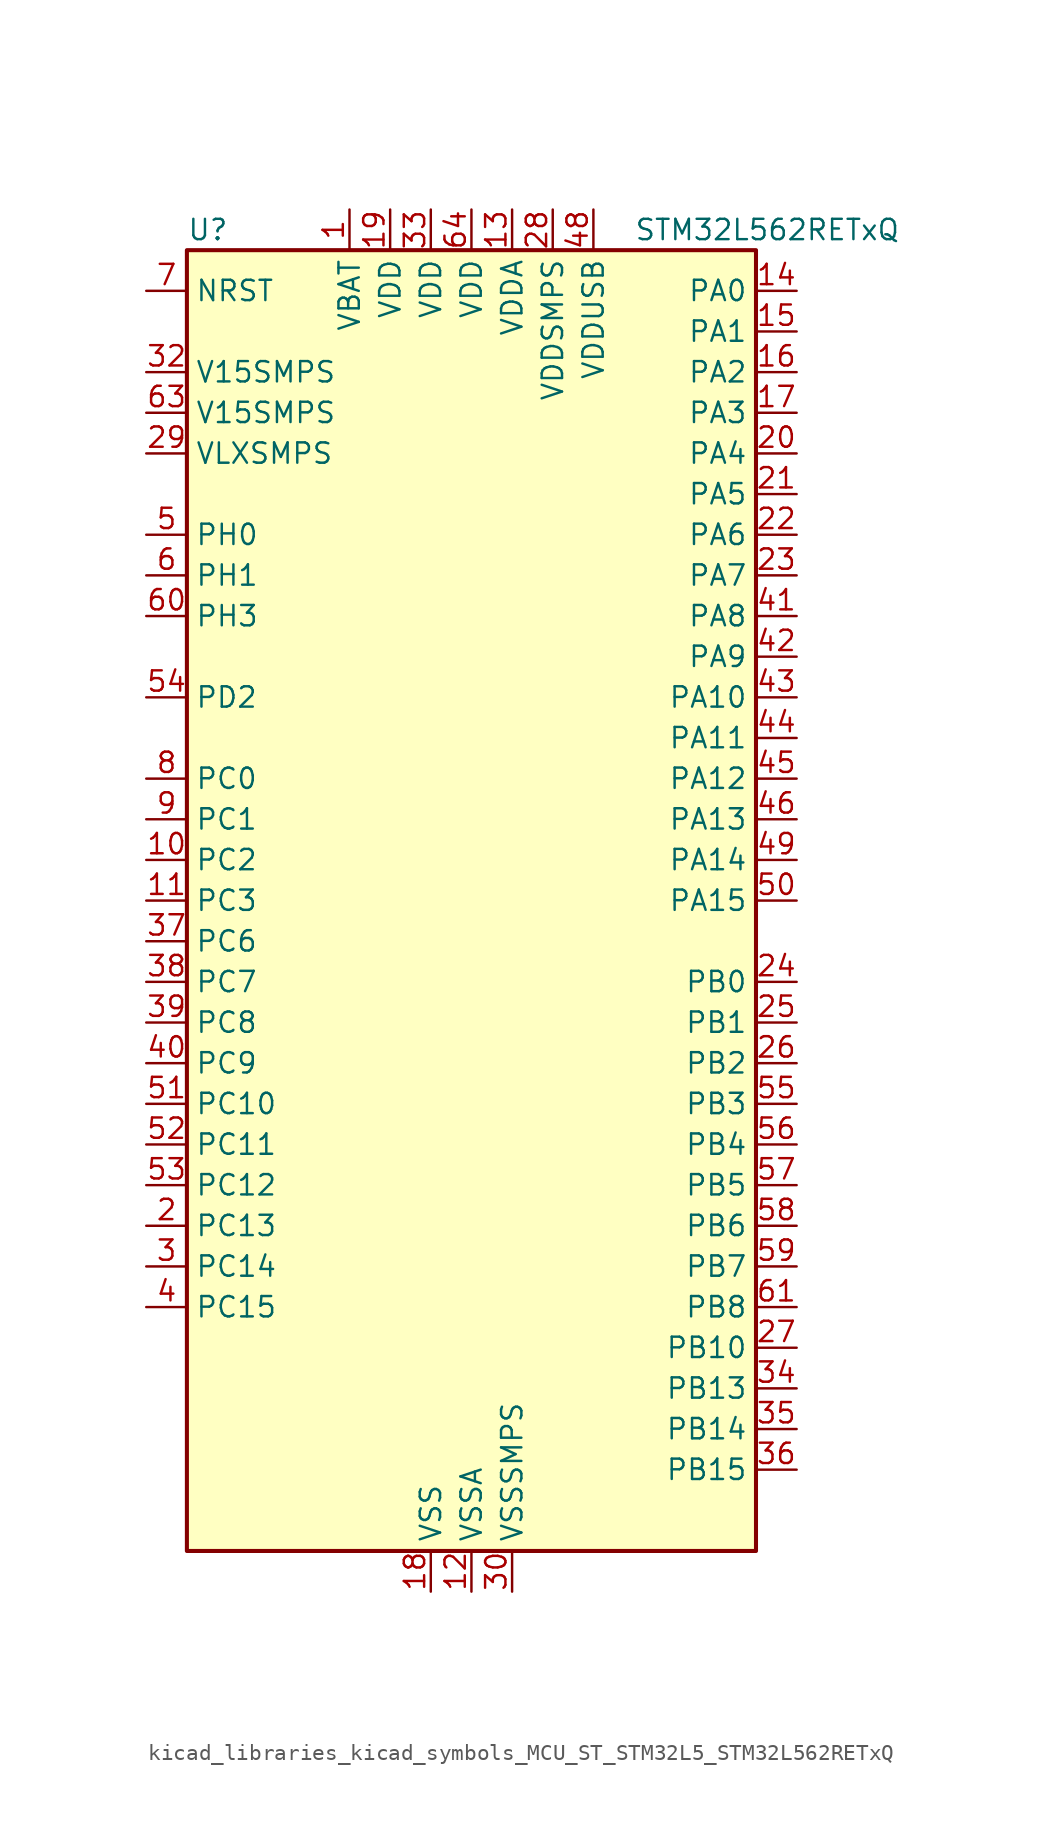
<source format=kicad_sym>
(kicad_symbol_lib
  (version 20220914)
  (generator kicad_symbol_editor)
  (symbol "kicad_libraries_kicad_symbols_MCU_ST_STM32L5_STM32L562RETxQ"
    (property "Reference" "U"
      (at -17.78 41.91 0)
      (effects (font (size 1.27 1.27)) (justify left)))
    (property "Value" "STM32L562RETxQ"
      (at 10.16 41.91 0)
      (effects (font (size 1.27 1.27)) (justify left)))
    (property "ki_locked" ""
      (at 0 0 0)
      (effects (font (size 1.27 1.27))))
    (symbol "kicad_libraries_kicad_symbols_MCU_ST_STM32L5_STM32L562RETxQ_0_1"
      (rectangle (start -17.78 -40.64) (end 17.78 40.64) (stroke (width 0.254) (type default)) (fill (type background))))
    (symbol "kicad_libraries_kicad_symbols_MCU_ST_STM32L5_STM32L562RETxQ_1_1"
      (pin power_in line (at -7.62 43.18 270) (length 2.54) (name "VBAT" (effects (font (size 1.27 1.27)))) (number "1" (effects (font (size 1.27 1.27)))))
      (pin bidirectional line (at -20.32 2.54 0) (length 2.54) (name "PC2" (effects (font (size 1.27 1.27)))) (number "10" (effects (font (size 1.27 1.27)))) (alternate "ADC1_IN3" bidirectional line) (alternate "ADC2_IN3" bidirectional line) (alternate "DFSDM1_CKOUT" bidirectional line) (alternate "LPTIM1_IN2" bidirectional line) (alternate "OCTOSPI1_IO5" bidirectional line) (alternate "SPI2_MISO" bidirectional line))
      (pin bidirectional line (at -20.32 0 0) (length 2.54) (name "PC3" (effects (font (size 1.27 1.27)))) (number "11" (effects (font (size 1.27 1.27)))) (alternate "ADC1_IN4" bidirectional line) (alternate "ADC2_IN4" bidirectional line) (alternate "LPTIM1_ETR" bidirectional line) (alternate "LPTIM2_ETR" bidirectional line) (alternate "LPTIM3_OUT" bidirectional line) (alternate "OCTOSPI1_IO6" bidirectional line) (alternate "SAI1_D1" bidirectional line) (alternate "SAI1_SD_A" bidirectional line) (alternate "SPI2_MOSI" bidirectional line))
      (pin power_in line (at 0 -43.18 90) (length 2.54) (name "VSSA" (effects (font (size 1.27 1.27)))) (number "12" (effects (font (size 1.27 1.27)))))
      (pin power_in line (at 2.54 43.18 270) (length 2.54) (name "VDDA" (effects (font (size 1.27 1.27)))) (number "13" (effects (font (size 1.27 1.27)))))
      (pin bidirectional line (at 20.32 38.1 180) (length 2.54) (name "PA0" (effects (font (size 1.27 1.27)))) (number "14" (effects (font (size 1.27 1.27)))) (alternate "ADC1_IN5" bidirectional line) (alternate "ADC2_IN5" bidirectional line) (alternate "OPAMP1_VINP" bidirectional line) (alternate "PWR_WKUP1" bidirectional line) (alternate "SAI1_EXTCLK" bidirectional line) (alternate "TAMP_IN2" bidirectional line) (alternate "TAMP_OUT1" bidirectional line) (alternate "TIM2_CH1" bidirectional line) (alternate "TIM2_ETR" bidirectional line) (alternate "TIM5_CH1" bidirectional line) (alternate "TIM8_ETR" bidirectional line) (alternate "UART4_TX" bidirectional line) (alternate "USART2_CTS" bidirectional line) (alternate "USART2_NSS" bidirectional line))
      (pin bidirectional line (at 20.32 35.56 180) (length 2.54) (name "PA1" (effects (font (size 1.27 1.27)))) (number "15" (effects (font (size 1.27 1.27)))) (alternate "ADC1_IN6" bidirectional line) (alternate "ADC2_IN6" bidirectional line) (alternate "I2C1_SMBA" bidirectional line) (alternate "OCTOSPI1_DQS" bidirectional line) (alternate "OPAMP1_VINM" bidirectional line) (alternate "SPI1_SCK" bidirectional line) (alternate "TAMP_IN5" bidirectional line) (alternate "TAMP_OUT4" bidirectional line) (alternate "TIM15_CH1N" bidirectional line) (alternate "TIM2_CH2" bidirectional line) (alternate "TIM5_CH2" bidirectional line) (alternate "UART4_RX" bidirectional line) (alternate "USART2_DE" bidirectional line) (alternate "USART2_RTS" bidirectional line))
      (pin bidirectional line (at 20.32 33.02 180) (length 2.54) (name "PA2" (effects (font (size 1.27 1.27)))) (number "16" (effects (font (size 1.27 1.27)))) (alternate "ADC1_IN7" bidirectional line) (alternate "ADC2_IN7" bidirectional line) (alternate "COMP1_INP" bidirectional line) (alternate "LPUART1_TX" bidirectional line) (alternate "OCTOSPI1_NCS" bidirectional line) (alternate "PWR_WKUP4" bidirectional line) (alternate "RCC_LSCO" bidirectional line) (alternate "SAI2_EXTCLK" bidirectional line) (alternate "TIM15_CH1" bidirectional line) (alternate "TIM2_CH3" bidirectional line) (alternate "TIM5_CH3" bidirectional line) (alternate "UCPD1_FRSTX1" bidirectional line) (alternate "USART2_TX" bidirectional line))
      (pin bidirectional line (at 20.32 30.48 180) (length 2.54) (name "PA3" (effects (font (size 1.27 1.27)))) (number "17" (effects (font (size 1.27 1.27)))) (alternate "ADC1_IN8" bidirectional line) (alternate "ADC2_IN8" bidirectional line) (alternate "LPUART1_RX" bidirectional line) (alternate "OCTOSPI1_CLK" bidirectional line) (alternate "OPAMP1_VOUT" bidirectional line) (alternate "SAI1_CK1" bidirectional line) (alternate "SAI1_MCLK_A" bidirectional line) (alternate "TIM15_CH2" bidirectional line) (alternate "TIM2_CH4" bidirectional line) (alternate "TIM5_CH4" bidirectional line) (alternate "USART2_RX" bidirectional line))
      (pin power_in line (at -2.54 -43.18 90) (length 2.54) (name "VSS" (effects (font (size 1.27 1.27)))) (number "18" (effects (font (size 1.27 1.27)))))
      (pin power_in line (at -5.08 43.18 270) (length 2.54) (name "VDD" (effects (font (size 1.27 1.27)))) (number "19" (effects (font (size 1.27 1.27)))))
      (pin bidirectional line (at -20.32 -20.32 0) (length 2.54) (name "PC13" (effects (font (size 1.27 1.27)))) (number "2" (effects (font (size 1.27 1.27)))) (alternate "PWR_WKUP2" bidirectional line) (alternate "RTC_OUT1" bidirectional line) (alternate "RTC_TS" bidirectional line) (alternate "TAMP_IN1" bidirectional line) (alternate "TAMP_OUT2" bidirectional line))
      (pin bidirectional line (at 20.32 27.94 180) (length 2.54) (name "PA4" (effects (font (size 1.27 1.27)))) (number "20" (effects (font (size 1.27 1.27)))) (alternate "ADC1_IN9" bidirectional line) (alternate "ADC2_IN9" bidirectional line) (alternate "DAC1_OUT1" bidirectional line) (alternate "LPTIM2_OUT" bidirectional line) (alternate "OCTOSPI1_NCS" bidirectional line) (alternate "SAI1_FS_B" bidirectional line) (alternate "SPI1_NSS" bidirectional line) (alternate "SPI3_NSS" bidirectional line) (alternate "USART2_CK" bidirectional line))
      (pin bidirectional line (at 20.32 25.4 180) (length 2.54) (name "PA5" (effects (font (size 1.27 1.27)))) (number "21" (effects (font (size 1.27 1.27)))) (alternate "ADC1_IN10" bidirectional line) (alternate "ADC2_IN10" bidirectional line) (alternate "DAC1_OUT2" bidirectional line) (alternate "LPTIM2_ETR" bidirectional line) (alternate "SPI1_SCK" bidirectional line) (alternate "TIM2_CH1" bidirectional line) (alternate "TIM2_ETR" bidirectional line) (alternate "TIM8_CH1N" bidirectional line))
      (pin bidirectional line (at 20.32 22.86 180) (length 2.54) (name "PA6" (effects (font (size 1.27 1.27)))) (number "22" (effects (font (size 1.27 1.27)))) (alternate "ADC1_IN11" bidirectional line) (alternate "ADC2_IN11" bidirectional line) (alternate "LPUART1_CTS" bidirectional line) (alternate "OCTOSPI1_IO3" bidirectional line) (alternate "OPAMP2_VINP" bidirectional line) (alternate "SPI1_MISO" bidirectional line) (alternate "TIM16_CH1" bidirectional line) (alternate "TIM1_BKIN" bidirectional line) (alternate "TIM3_CH1" bidirectional line) (alternate "TIM8_BKIN" bidirectional line) (alternate "USART3_CTS" bidirectional line) (alternate "USART3_NSS" bidirectional line))
      (pin bidirectional line (at 20.32 20.32 180) (length 2.54) (name "PA7" (effects (font (size 1.27 1.27)))) (number "23" (effects (font (size 1.27 1.27)))) (alternate "ADC1_IN12" bidirectional line) (alternate "ADC2_IN12" bidirectional line) (alternate "I2C3_SCL" bidirectional line) (alternate "OCTOSPI1_IO2" bidirectional line) (alternate "OPAMP2_VINM" bidirectional line) (alternate "SPI1_MOSI" bidirectional line) (alternate "TIM17_CH1" bidirectional line) (alternate "TIM1_CH1N" bidirectional line) (alternate "TIM3_CH2" bidirectional line) (alternate "TIM8_CH1N" bidirectional line))
      (pin bidirectional line (at 20.32 -5.08 180) (length 2.54) (name "PB0" (effects (font (size 1.27 1.27)))) (number "24" (effects (font (size 1.27 1.27)))) (alternate "ADC1_IN15" bidirectional line) (alternate "ADC2_IN15" bidirectional line) (alternate "COMP1_OUT" bidirectional line) (alternate "OCTOSPI1_IO1" bidirectional line) (alternate "OPAMP2_VOUT" bidirectional line) (alternate "SAI1_EXTCLK" bidirectional line) (alternate "SPI1_NSS" bidirectional line) (alternate "TIM1_CH2N" bidirectional line) (alternate "TIM3_CH3" bidirectional line) (alternate "TIM8_CH2N" bidirectional line) (alternate "USART3_CK" bidirectional line))
      (pin bidirectional line (at 20.32 -7.62 180) (length 2.54) (name "PB1" (effects (font (size 1.27 1.27)))) (number "25" (effects (font (size 1.27 1.27)))) (alternate "ADC1_IN16" bidirectional line) (alternate "ADC2_IN16" bidirectional line) (alternate "COMP1_INM" bidirectional line) (alternate "DFSDM1_DATIN0" bidirectional line) (alternate "LPTIM2_IN1" bidirectional line) (alternate "LPUART1_DE" bidirectional line) (alternate "LPUART1_RTS" bidirectional line) (alternate "OCTOSPI1_IO0" bidirectional line) (alternate "TIM1_CH3N" bidirectional line) (alternate "TIM3_CH4" bidirectional line) (alternate "TIM8_CH3N" bidirectional line) (alternate "USART3_DE" bidirectional line) (alternate "USART3_RTS" bidirectional line))
      (pin bidirectional line (at 20.32 -10.16 180) (length 2.54) (name "PB2" (effects (font (size 1.27 1.27)))) (number "26" (effects (font (size 1.27 1.27)))) (alternate "COMP1_INP" bidirectional line) (alternate "DFSDM1_CKIN0" bidirectional line) (alternate "I2C3_SMBA" bidirectional line) (alternate "LPTIM1_OUT" bidirectional line) (alternate "OCTOSPI1_DQS" bidirectional line) (alternate "RTC_OUT2" bidirectional line) (alternate "UCPD1_FRSTX1" bidirectional line))
      (pin bidirectional line (at 20.32 -27.94 180) (length 2.54) (name "PB10" (effects (font (size 1.27 1.27)))) (number "27" (effects (font (size 1.27 1.27)))) (alternate "COMP1_OUT" bidirectional line) (alternate "I2C2_SCL" bidirectional line) (alternate "I2C4_SCL" bidirectional line) (alternate "LPTIM3_OUT" bidirectional line) (alternate "LPUART1_RX" bidirectional line) (alternate "OCTOSPI1_CLK" bidirectional line) (alternate "SAI1_SCK_A" bidirectional line) (alternate "SPI2_SCK" bidirectional line) (alternate "TIM2_CH3" bidirectional line) (alternate "TSC_SYNC" bidirectional line) (alternate "USART3_TX" bidirectional line))
      (pin power_in line (at 5.08 43.18 270) (length 2.54) (name "VDDSMPS" (effects (font (size 1.27 1.27)))) (number "28" (effects (font (size 1.27 1.27)))))
      (pin power_in line (at -20.32 27.94 0) (length 2.54) (name "VLXSMPS" (effects (font (size 1.27 1.27)))) (number "29" (effects (font (size 1.27 1.27)))))
      (pin bidirectional line (at -20.32 -22.86 0) (length 2.54) (name "PC14" (effects (font (size 1.27 1.27)))) (number "3" (effects (font (size 1.27 1.27)))) (alternate "RCC_OSC32_IN" bidirectional line))
      (pin power_in line (at 2.54 -43.18 90) (length 2.54) (name "VSSSMPS" (effects (font (size 1.27 1.27)))) (number "30" (effects (font (size 1.27 1.27)))))
      (pin passive line (at -2.54 -43.18 90) (length 2.54) hide (name "VSS" (effects (font (size 1.27 1.27)))) (number "31" (effects (font (size 1.27 1.27)))))
      (pin power_in line (at -20.32 33.02 0) (length 2.54) (name "V15SMPS" (effects (font (size 1.27 1.27)))) (number "32" (effects (font (size 1.27 1.27)))))
      (pin power_in line (at -2.54 43.18 270) (length 2.54) (name "VDD" (effects (font (size 1.27 1.27)))) (number "33" (effects (font (size 1.27 1.27)))))
      (pin bidirectional line (at 20.32 -30.48 180) (length 2.54) (name "PB13" (effects (font (size 1.27 1.27)))) (number "34" (effects (font (size 1.27 1.27)))) (alternate "DFSDM1_CKIN1" bidirectional line) (alternate "I2C2_SCL" bidirectional line) (alternate "LPTIM3_IN1" bidirectional line) (alternate "LPUART1_CTS" bidirectional line) (alternate "SAI2_SCK_A" bidirectional line) (alternate "SPI2_SCK" bidirectional line) (alternate "TIM15_CH1N" bidirectional line) (alternate "TIM1_CH1N" bidirectional line) (alternate "TSC_G1_IO2" bidirectional line) (alternate "UCPD1_FRSTX2" bidirectional line) (alternate "USART3_CTS" bidirectional line) (alternate "USART3_NSS" bidirectional line))
      (pin bidirectional line (at 20.32 -33.02 180) (length 2.54) (name "PB14" (effects (font (size 1.27 1.27)))) (number "35" (effects (font (size 1.27 1.27)))) (alternate "DFSDM1_DATIN2" bidirectional line) (alternate "I2C2_SDA" bidirectional line) (alternate "LPTIM3_ETR" bidirectional line) (alternate "SAI2_MCLK_A" bidirectional line) (alternate "SPI2_MISO" bidirectional line) (alternate "TIM15_CH1" bidirectional line) (alternate "TIM1_CH2N" bidirectional line) (alternate "TIM8_CH2N" bidirectional line) (alternate "TSC_G1_IO3" bidirectional line) (alternate "UCPD1_DBCC2" bidirectional line) (alternate "USART3_DE" bidirectional line) (alternate "USART3_RTS" bidirectional line))
      (pin bidirectional line (at 20.32 -35.56 180) (length 2.54) (name "PB15" (effects (font (size 1.27 1.27)))) (number "36" (effects (font (size 1.27 1.27)))) (alternate "ADC1_EXTI15" bidirectional line) (alternate "ADC2_EXTI15" bidirectional line) (alternate "DFSDM1_CKIN2" bidirectional line) (alternate "RTC_REFIN" bidirectional line) (alternate "SAI2_SD_A" bidirectional line) (alternate "SPI2_MOSI" bidirectional line) (alternate "TIM15_CH2" bidirectional line) (alternate "TIM1_CH3N" bidirectional line) (alternate "TIM8_CH3N" bidirectional line) (alternate "UCPD1_CC2" bidirectional line))
      (pin bidirectional line (at -20.32 -2.54 0) (length 2.54) (name "PC6" (effects (font (size 1.27 1.27)))) (number "37" (effects (font (size 1.27 1.27)))) (alternate "DFSDM1_CKIN3" bidirectional line) (alternate "SAI2_MCLK_A" bidirectional line) (alternate "SDMMC1_D0DIR" bidirectional line) (alternate "SDMMC1_D6" bidirectional line) (alternate "TIM3_CH1" bidirectional line) (alternate "TIM8_CH1" bidirectional line) (alternate "TSC_G4_IO1" bidirectional line))
      (pin bidirectional line (at -20.32 -5.08 0) (length 2.54) (name "PC7" (effects (font (size 1.27 1.27)))) (number "38" (effects (font (size 1.27 1.27)))) (alternate "DFSDM1_DATIN3" bidirectional line) (alternate "SAI2_MCLK_B" bidirectional line) (alternate "SDMMC1_D123DIR" bidirectional line) (alternate "SDMMC1_D7" bidirectional line) (alternate "TIM3_CH2" bidirectional line) (alternate "TIM8_CH2" bidirectional line) (alternate "TSC_G4_IO2" bidirectional line))
      (pin bidirectional line (at -20.32 -7.62 0) (length 2.54) (name "PC8" (effects (font (size 1.27 1.27)))) (number "39" (effects (font (size 1.27 1.27)))) (alternate "SDMMC1_D0" bidirectional line) (alternate "TIM3_CH3" bidirectional line) (alternate "TIM8_CH3" bidirectional line) (alternate "TSC_G4_IO3" bidirectional line))
      (pin bidirectional line (at -20.32 -25.4 0) (length 2.54) (name "PC15" (effects (font (size 1.27 1.27)))) (number "4" (effects (font (size 1.27 1.27)))) (alternate "ADC1_EXTI15" bidirectional line) (alternate "ADC2_EXTI15" bidirectional line) (alternate "RCC_OSC32_OUT" bidirectional line))
      (pin bidirectional line (at -20.32 -10.16 0) (length 2.54) (name "PC9" (effects (font (size 1.27 1.27)))) (number "40" (effects (font (size 1.27 1.27)))) (alternate "DAC1_EXTI9" bidirectional line) (alternate "DEBUG_TRACED0" bidirectional line) (alternate "SAI2_EXTCLK" bidirectional line) (alternate "SDMMC1_D1" bidirectional line) (alternate "TIM3_CH4" bidirectional line) (alternate "TIM8_BKIN2" bidirectional line) (alternate "TIM8_CH4" bidirectional line) (alternate "TSC_G4_IO4" bidirectional line) (alternate "USB_NOE" bidirectional line))
      (pin bidirectional line (at 20.32 17.78 180) (length 2.54) (name "PA8" (effects (font (size 1.27 1.27)))) (number "41" (effects (font (size 1.27 1.27)))) (alternate "LPTIM2_OUT" bidirectional line) (alternate "RCC_MCO" bidirectional line) (alternate "SAI1_CK2" bidirectional line) (alternate "SAI1_SCK_A" bidirectional line) (alternate "TIM1_CH1" bidirectional line) (alternate "USART1_CK" bidirectional line))
      (pin bidirectional line (at 20.32 15.24 180) (length 2.54) (name "PA9" (effects (font (size 1.27 1.27)))) (number "42" (effects (font (size 1.27 1.27)))) (alternate "DAC1_EXTI9" bidirectional line) (alternate "SAI1_FS_A" bidirectional line) (alternate "SPI2_SCK" bidirectional line) (alternate "TIM15_BKIN" bidirectional line) (alternate "TIM1_CH2" bidirectional line) (alternate "USART1_TX" bidirectional line))
      (pin bidirectional line (at 20.32 12.7 180) (length 2.54) (name "PA10" (effects (font (size 1.27 1.27)))) (number "43" (effects (font (size 1.27 1.27)))) (alternate "CRS_SYNC" bidirectional line) (alternate "SAI1_D1" bidirectional line) (alternate "SAI1_SD_A" bidirectional line) (alternate "TIM17_BKIN" bidirectional line) (alternate "TIM1_CH3" bidirectional line) (alternate "USART1_RX" bidirectional line))
      (pin bidirectional line (at 20.32 10.16 180) (length 2.54) (name "PA11" (effects (font (size 1.27 1.27)))) (number "44" (effects (font (size 1.27 1.27)))) (alternate "ADC1_EXTI11" bidirectional line) (alternate "ADC2_EXTI11" bidirectional line) (alternate "FDCAN1_RX" bidirectional line) (alternate "SPI1_MISO" bidirectional line) (alternate "TIM1_BKIN2" bidirectional line) (alternate "TIM1_CH4" bidirectional line) (alternate "USART1_CTS" bidirectional line) (alternate "USART1_NSS" bidirectional line) (alternate "USB_DM" bidirectional line))
      (pin bidirectional line (at 20.32 7.62 180) (length 2.54) (name "PA12" (effects (font (size 1.27 1.27)))) (number "45" (effects (font (size 1.27 1.27)))) (alternate "FDCAN1_TX" bidirectional line) (alternate "SPI1_MOSI" bidirectional line) (alternate "TIM1_ETR" bidirectional line) (alternate "USART1_DE" bidirectional line) (alternate "USART1_RTS" bidirectional line) (alternate "USB_DP" bidirectional line))
      (pin bidirectional line (at 20.32 5.08 180) (length 2.54) (name "PA13" (effects (font (size 1.27 1.27)))) (number "46" (effects (font (size 1.27 1.27)))) (alternate "DEBUG_JTMS-SWDIO" bidirectional line) (alternate "IR_OUT" bidirectional line) (alternate "SAI1_SD_B" bidirectional line) (alternate "USB_NOE" bidirectional line))
      (pin passive line (at -2.54 -43.18 90) (length 2.54) hide (name "VSS" (effects (font (size 1.27 1.27)))) (number "47" (effects (font (size 1.27 1.27)))))
      (pin power_in line (at 7.62 43.18 270) (length 2.54) (name "VDDUSB" (effects (font (size 1.27 1.27)))) (number "48" (effects (font (size 1.27 1.27)))))
      (pin bidirectional line (at 20.32 2.54 180) (length 2.54) (name "PA14" (effects (font (size 1.27 1.27)))) (number "49" (effects (font (size 1.27 1.27)))) (alternate "DEBUG_JTCK-SWCLK" bidirectional line) (alternate "I2C1_SMBA" bidirectional line) (alternate "I2C4_SMBA" bidirectional line) (alternate "LPTIM1_OUT" bidirectional line) (alternate "SAI1_FS_B" bidirectional line))
      (pin bidirectional line (at -20.32 22.86 0) (length 2.54) (name "PH0" (effects (font (size 1.27 1.27)))) (number "5" (effects (font (size 1.27 1.27)))) (alternate "RCC_OSC_IN" bidirectional line))
      (pin bidirectional line (at 20.32 0 180) (length 2.54) (name "PA15" (effects (font (size 1.27 1.27)))) (number "50" (effects (font (size 1.27 1.27)))) (alternate "ADC1_EXTI15" bidirectional line) (alternate "ADC2_EXTI15" bidirectional line) (alternate "DEBUG_JTDI" bidirectional line) (alternate "SAI2_FS_B" bidirectional line) (alternate "SPI1_NSS" bidirectional line) (alternate "SPI3_NSS" bidirectional line) (alternate "TIM2_CH1" bidirectional line) (alternate "TIM2_ETR" bidirectional line) (alternate "UART4_DE" bidirectional line) (alternate "UART4_RTS" bidirectional line) (alternate "UCPD1_CC1" bidirectional line) (alternate "USART2_RX" bidirectional line) (alternate "USART3_DE" bidirectional line) (alternate "USART3_RTS" bidirectional line))
      (pin bidirectional line (at -20.32 -12.7 0) (length 2.54) (name "PC10" (effects (font (size 1.27 1.27)))) (number "51" (effects (font (size 1.27 1.27)))) (alternate "DEBUG_TRACED1" bidirectional line) (alternate "LPTIM3_ETR" bidirectional line) (alternate "SAI2_SCK_B" bidirectional line) (alternate "SDMMC1_D2" bidirectional line) (alternate "SPI3_SCK" bidirectional line) (alternate "TSC_G3_IO2" bidirectional line) (alternate "UART4_TX" bidirectional line) (alternate "USART3_TX" bidirectional line))
      (pin bidirectional line (at -20.32 -15.24 0) (length 2.54) (name "PC11" (effects (font (size 1.27 1.27)))) (number "52" (effects (font (size 1.27 1.27)))) (alternate "ADC1_EXTI11" bidirectional line) (alternate "ADC2_EXTI11" bidirectional line) (alternate "LPTIM3_IN1" bidirectional line) (alternate "OCTOSPI1_NCS" bidirectional line) (alternate "SAI2_MCLK_B" bidirectional line) (alternate "SDMMC1_D3" bidirectional line) (alternate "SPI3_MISO" bidirectional line) (alternate "TSC_G3_IO3" bidirectional line) (alternate "UART4_RX" bidirectional line) (alternate "UCPD1_FRSTX2" bidirectional line) (alternate "USART3_RX" bidirectional line))
      (pin bidirectional line (at -20.32 -17.78 0) (length 2.54) (name "PC12" (effects (font (size 1.27 1.27)))) (number "53" (effects (font (size 1.27 1.27)))) (alternate "DEBUG_TRACED3" bidirectional line) (alternate "SAI2_SD_B" bidirectional line) (alternate "SDMMC1_CK" bidirectional line) (alternate "SPI3_MOSI" bidirectional line) (alternate "TSC_G3_IO4" bidirectional line) (alternate "UART5_TX" bidirectional line) (alternate "USART3_CK" bidirectional line))
      (pin bidirectional line (at -20.32 12.7 0) (length 2.54) (name "PD2" (effects (font (size 1.27 1.27)))) (number "54" (effects (font (size 1.27 1.27)))) (alternate "DEBUG_TRACED2" bidirectional line) (alternate "SDMMC1_CMD" bidirectional line) (alternate "TIM3_ETR" bidirectional line) (alternate "TSC_SYNC" bidirectional line) (alternate "UART5_RX" bidirectional line) (alternate "USART3_DE" bidirectional line) (alternate "USART3_RTS" bidirectional line))
      (pin bidirectional line (at 20.32 -12.7 180) (length 2.54) (name "PB3" (effects (font (size 1.27 1.27)))) (number "55" (effects (font (size 1.27 1.27)))) (alternate "COMP2_INM" bidirectional line) (alternate "CRS_SYNC" bidirectional line) (alternate "DEBUG_JTDO-SWO" bidirectional line) (alternate "SAI1_SCK_B" bidirectional line) (alternate "SPI1_SCK" bidirectional line) (alternate "SPI3_SCK" bidirectional line) (alternate "TIM2_CH2" bidirectional line) (alternate "USART1_DE" bidirectional line) (alternate "USART1_RTS" bidirectional line))
      (pin bidirectional line (at 20.32 -15.24 180) (length 2.54) (name "PB4" (effects (font (size 1.27 1.27)))) (number "56" (effects (font (size 1.27 1.27)))) (alternate "COMP2_INP" bidirectional line) (alternate "DEBUG_JTRST" bidirectional line) (alternate "I2C3_SDA" bidirectional line) (alternate "SAI1_MCLK_B" bidirectional line) (alternate "SPI1_MISO" bidirectional line) (alternate "SPI3_MISO" bidirectional line) (alternate "TIM17_BKIN" bidirectional line) (alternate "TIM3_CH1" bidirectional line) (alternate "TSC_G2_IO1" bidirectional line) (alternate "UART5_DE" bidirectional line) (alternate "UART5_RTS" bidirectional line) (alternate "USART1_CTS" bidirectional line) (alternate "USART1_NSS" bidirectional line))
      (pin bidirectional line (at 20.32 -17.78 180) (length 2.54) (name "PB5" (effects (font (size 1.27 1.27)))) (number "57" (effects (font (size 1.27 1.27)))) (alternate "COMP2_OUT" bidirectional line) (alternate "I2C1_SMBA" bidirectional line) (alternate "LPTIM1_IN1" bidirectional line) (alternate "OCTOSPI1_NCLK" bidirectional line) (alternate "SAI1_SD_B" bidirectional line) (alternate "SPI1_MOSI" bidirectional line) (alternate "SPI3_MOSI" bidirectional line) (alternate "TIM16_BKIN" bidirectional line) (alternate "TIM3_CH2" bidirectional line) (alternate "TSC_G2_IO2" bidirectional line) (alternate "UART5_CTS" bidirectional line) (alternate "UCPD1_DBCC1" bidirectional line) (alternate "USART1_CK" bidirectional line))
      (pin bidirectional line (at 20.32 -20.32 180) (length 2.54) (name "PB6" (effects (font (size 1.27 1.27)))) (number "58" (effects (font (size 1.27 1.27)))) (alternate "COMP2_INP" bidirectional line) (alternate "I2C1_SCL" bidirectional line) (alternate "I2C4_SCL" bidirectional line) (alternate "LPTIM1_ETR" bidirectional line) (alternate "SAI1_FS_B" bidirectional line) (alternate "TIM16_CH1N" bidirectional line) (alternate "TIM4_CH1" bidirectional line) (alternate "TIM8_BKIN2" bidirectional line) (alternate "TSC_G2_IO3" bidirectional line) (alternate "USART1_TX" bidirectional line))
      (pin bidirectional line (at 20.32 -22.86 180) (length 2.54) (name "PB7" (effects (font (size 1.27 1.27)))) (number "59" (effects (font (size 1.27 1.27)))) (alternate "COMP2_INM" bidirectional line) (alternate "I2C1_SDA" bidirectional line) (alternate "I2C4_SDA" bidirectional line) (alternate "LPTIM1_IN2" bidirectional line) (alternate "PWR_PVD_IN" bidirectional line) (alternate "TIM17_CH1N" bidirectional line) (alternate "TIM4_CH2" bidirectional line) (alternate "TIM8_BKIN" bidirectional line) (alternate "TSC_G2_IO4" bidirectional line) (alternate "UART4_CTS" bidirectional line) (alternate "USART1_RX" bidirectional line))
      (pin bidirectional line (at -20.32 20.32 0) (length 2.54) (name "PH1" (effects (font (size 1.27 1.27)))) (number "6" (effects (font (size 1.27 1.27)))) (alternate "RCC_OSC_OUT" bidirectional line))
      (pin bidirectional line (at -20.32 17.78 0) (length 2.54) (name "PH3" (effects (font (size 1.27 1.27)))) (number "60" (effects (font (size 1.27 1.27)))))
      (pin bidirectional line (at 20.32 -25.4 180) (length 2.54) (name "PB8" (effects (font (size 1.27 1.27)))) (number "61" (effects (font (size 1.27 1.27)))) (alternate "DFSDM1_CKOUT" bidirectional line) (alternate "FDCAN1_RX" bidirectional line) (alternate "I2C1_SCL" bidirectional line) (alternate "SAI1_CK1" bidirectional line) (alternate "SAI1_MCLK_A" bidirectional line) (alternate "SDMMC1_CKIN" bidirectional line) (alternate "SDMMC1_D4" bidirectional line) (alternate "TIM16_CH1" bidirectional line) (alternate "TIM4_CH3" bidirectional line))
      (pin passive line (at -2.54 -43.18 90) (length 2.54) hide (name "VSS" (effects (font (size 1.27 1.27)))) (number "62" (effects (font (size 1.27 1.27)))))
      (pin power_in line (at -20.32 30.48 0) (length 2.54) (name "V15SMPS" (effects (font (size 1.27 1.27)))) (number "63" (effects (font (size 1.27 1.27)))))
      (pin power_in line (at 0 43.18 270) (length 2.54) (name "VDD" (effects (font (size 1.27 1.27)))) (number "64" (effects (font (size 1.27 1.27)))))
      (pin input line (at -20.32 38.1 0) (length 2.54) (name "NRST" (effects (font (size 1.27 1.27)))) (number "7" (effects (font (size 1.27 1.27)))))
      (pin bidirectional line (at -20.32 7.62 0) (length 2.54) (name "PC0" (effects (font (size 1.27 1.27)))) (number "8" (effects (font (size 1.27 1.27)))) (alternate "ADC1_IN1" bidirectional line) (alternate "ADC2_IN1" bidirectional line) (alternate "I2C3_SCL" bidirectional line) (alternate "LPTIM1_IN1" bidirectional line) (alternate "LPTIM2_IN1" bidirectional line) (alternate "LPUART1_RX" bidirectional line) (alternate "OCTOSPI1_IO7" bidirectional line) (alternate "SAI2_FS_A" bidirectional line) (alternate "SDMMC1_D5" bidirectional line))
      (pin bidirectional line (at -20.32 5.08 0) (length 2.54) (name "PC1" (effects (font (size 1.27 1.27)))) (number "9" (effects (font (size 1.27 1.27)))) (alternate "ADC1_IN2" bidirectional line) (alternate "ADC2_IN2" bidirectional line) (alternate "DEBUG_TRACED0" bidirectional line) (alternate "I2C3_SDA" bidirectional line) (alternate "LPTIM1_OUT" bidirectional line) (alternate "LPUART1_TX" bidirectional line) (alternate "OCTOSPI1_IO4" bidirectional line) (alternate "SAI1_SD_A" bidirectional line) (alternate "SPI2_MOSI" bidirectional line)))))
</source>
